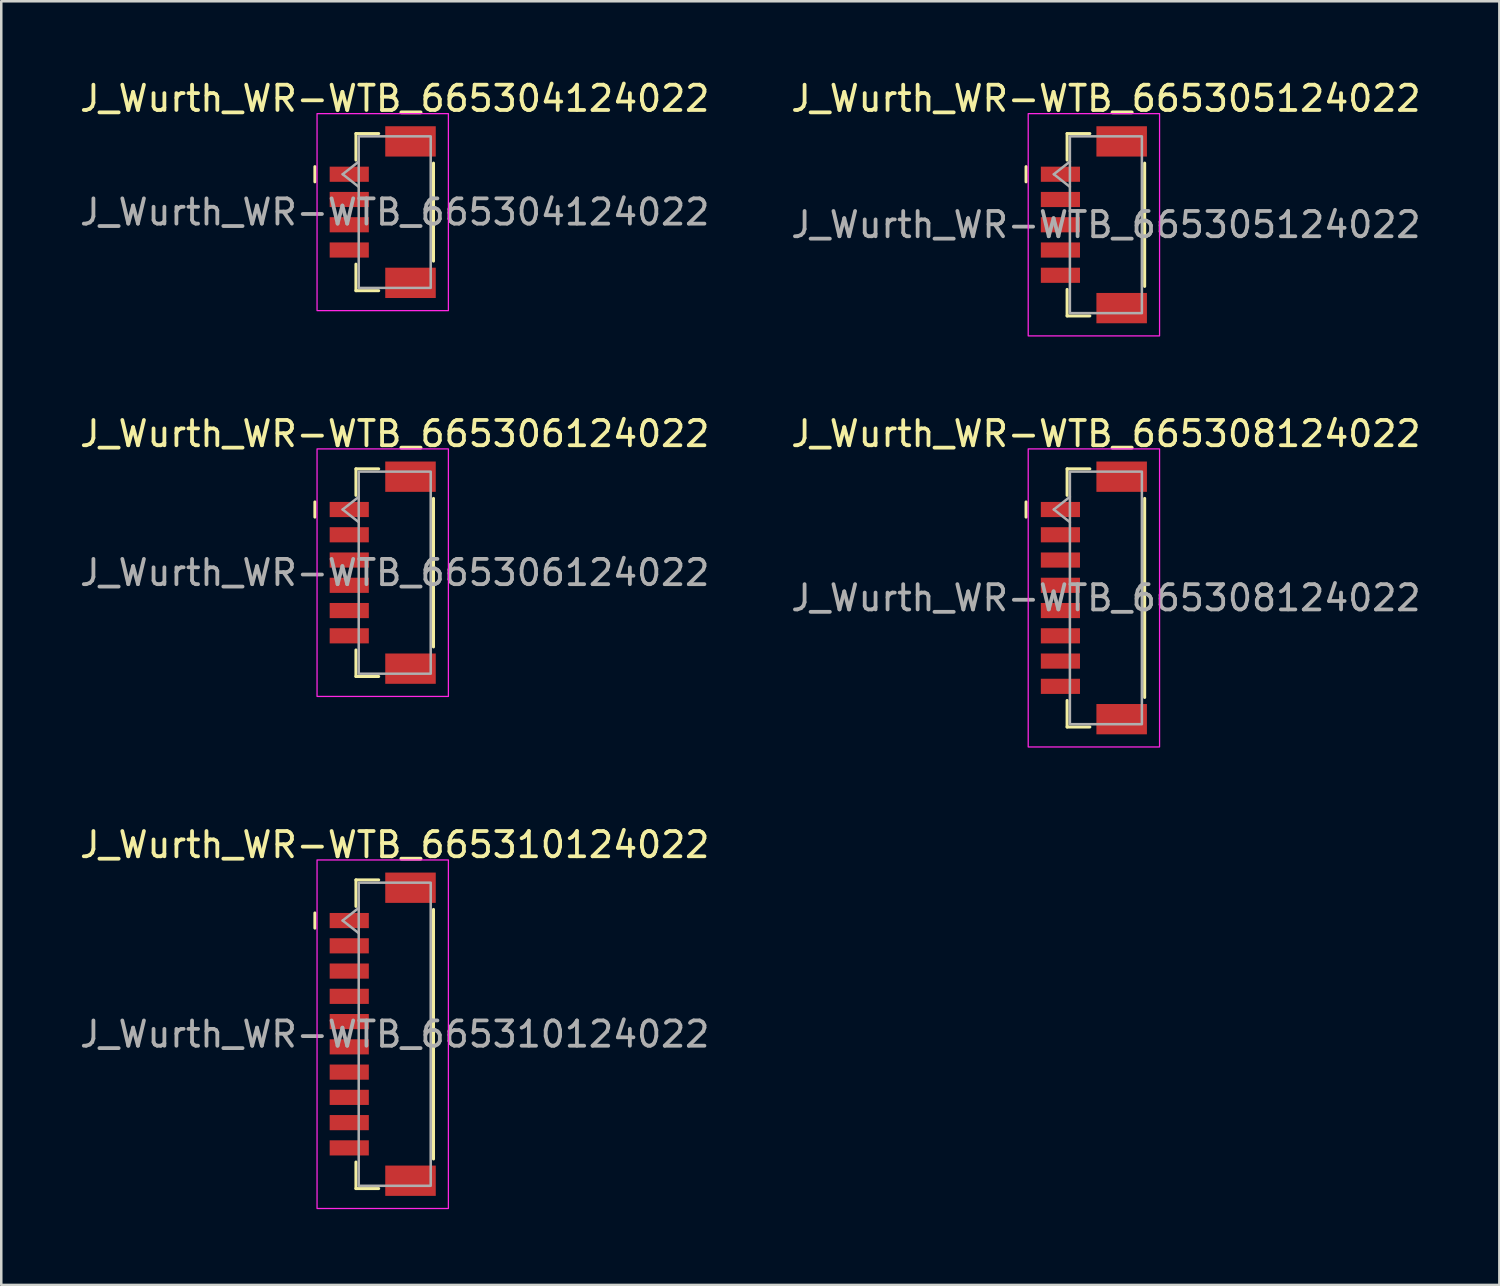
<source format=kicad_pcb>
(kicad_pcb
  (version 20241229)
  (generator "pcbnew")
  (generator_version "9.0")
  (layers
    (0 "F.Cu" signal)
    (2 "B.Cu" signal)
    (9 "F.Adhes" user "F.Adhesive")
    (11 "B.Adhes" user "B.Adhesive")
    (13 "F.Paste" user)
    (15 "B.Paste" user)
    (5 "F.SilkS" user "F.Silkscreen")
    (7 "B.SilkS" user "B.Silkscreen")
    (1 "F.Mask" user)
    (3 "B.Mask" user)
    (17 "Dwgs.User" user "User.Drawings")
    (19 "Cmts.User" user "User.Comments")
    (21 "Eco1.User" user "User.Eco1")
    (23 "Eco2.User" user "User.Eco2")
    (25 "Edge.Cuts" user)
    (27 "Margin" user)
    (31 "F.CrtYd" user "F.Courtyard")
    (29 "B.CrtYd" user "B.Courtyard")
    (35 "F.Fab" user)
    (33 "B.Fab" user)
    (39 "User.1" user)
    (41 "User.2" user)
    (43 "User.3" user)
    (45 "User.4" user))
  (footprint "J_Wurth_WR-WTB_665305124022"
    (layer "F.Cu")
    (at 40.732 5.848)
    (property "Reference" "J_Wurth_WR-WTB_665305124022" (at 0 -5 0) (unlocked yes) (layer "F.SilkS") (effects (font (size 1 1) (thickness 0.15))))
    (attr smd)
    (fp_line (start -3.16 -1.7) (end -3.16 -2.3) (stroke (width 0.12) (type solid)) (layer "F.SilkS"))
    (fp_line (start -1.535 -3.61) (end -0.635 -3.61) (stroke (width 0.12) (type solid)) (layer "F.SilkS"))
    (fp_line (start -1.535 -2.56) (end -1.535 -3.61) (stroke (width 0.12) (type solid)) (layer "F.SilkS"))
    (fp_line (start -1.535 3.61) (end -1.535 2.56) (stroke (width 0.12) (type solid)) (layer "F.SilkS"))
    (fp_line (start -0.635 3.61) (end -1.535 3.61) (stroke (width 0.12) (type solid)) (layer "F.SilkS"))
    (fp_line (start 1.535 -2.44) (end 1.535 2.44) (stroke (width 0.12) (type solid)) (layer "F.SilkS"))
    (fp_rect (start -3.075 -4.4) (end 2.125 4.4) (stroke (width 0.05) (type solid)) (fill no) (layer "F.CrtYd"))
    (fp_line (start -2.06 -2) (end -1.425 -1.5) (stroke (width 0.1) (type default)) (layer "F.Fab"))
    (fp_line (start -1.425 -2.5) (end -2.06 -2) (stroke (width 0.1) (type default)) (layer "F.Fab"))
    (fp_rect (start -1.425 -3.5) (end 1.425 3.5) (stroke (width 0.1) (type solid)) (fill no) (layer "F.Fab"))
    (fp_text user "${REFERENCE}" (at 0 0 0) (unlocked yes) (layer "F.Fab") (effects (font (size 1 1) (thickness 0.15))))
    (pad "1" smd rect (at -1.8 -2 90) (size 0.6 1.55) (layers "F.Cu" "F.Mask" "F.Paste"))
    (pad "2" smd rect (at -1.8 -1 90) (size 0.6 1.55) (layers "F.Cu" "F.Mask" "F.Paste"))
    (pad "3" smd rect (at -1.8 0 90) (size 0.6 1.55) (layers "F.Cu" "F.Mask" "F.Paste"))
    (pad "4" smd rect (at -1.8 1 90) (size 0.6 1.55) (layers "F.Cu" "F.Mask" "F.Paste"))
    (pad "5" smd rect (at -1.8 2 90) (size 0.6 1.55) (layers "F.Cu" "F.Mask" "F.Paste"))
    (pad "MP1" smd rect (at 0.625 -3.3 90) (size 1.2 2) (layers "F.Cu" "F.Mask" "F.Paste"))
    (pad "MP2" smd rect (at 0.625 3.3 90) (size 1.2 2) (layers "F.Cu" "F.Mask" "F.Paste")))
  (footprint "J_Wurth_WR-WTB_665308124022"
    (layer "F.Cu")
    (at 40.732 20.622)
    (property "Reference" "J_Wurth_WR-WTB_665308124022" (at 0 -6.5 0) (unlocked yes) (layer "F.SilkS") (effects (font (size 1 1) (thickness 0.15))))
    (attr smd)
    (fp_line (start -3.16 -3.2) (end -3.16 -3.8) (stroke (width 0.12) (type solid)) (layer "F.SilkS"))
    (fp_line (start -1.535 -5.11) (end -0.635 -5.11) (stroke (width 0.12) (type solid)) (layer "F.SilkS"))
    (fp_line (start -1.535 -4.06) (end -1.535 -5.11) (stroke (width 0.12) (type solid)) (layer "F.SilkS"))
    (fp_line (start -1.535 5.11) (end -1.535 4.06) (stroke (width 0.12) (type solid)) (layer "F.SilkS"))
    (fp_line (start -0.635 5.11) (end -1.535 5.11) (stroke (width 0.12) (type solid)) (layer "F.SilkS"))
    (fp_line (start 1.535 -3.94) (end 1.535 3.94) (stroke (width 0.12) (type solid)) (layer "F.SilkS"))
    (fp_rect (start -3.075 -5.9) (end 2.125 5.9) (stroke (width 0.05) (type solid)) (fill no) (layer "F.CrtYd"))
    (fp_line (start -2.06 -3.5) (end -1.425 -3) (stroke (width 0.1) (type default)) (layer "F.Fab"))
    (fp_line (start -1.425 -4) (end -2.06 -3.5) (stroke (width 0.1) (type default)) (layer "F.Fab"))
    (fp_rect (start -1.425 -5) (end 1.425 5) (stroke (width 0.1) (type solid)) (fill no) (layer "F.Fab"))
    (fp_text user "${REFERENCE}" (at 0 0 0) (unlocked yes) (layer "F.Fab") (effects (font (size 1 1) (thickness 0.15))))
    (pad "1" smd rect (at -1.8 -3.5 90) (size 0.6 1.55) (layers "F.Cu" "F.Mask" "F.Paste"))
    (pad "2" smd rect (at -1.8 -2.5 90) (size 0.6 1.55) (layers "F.Cu" "F.Mask" "F.Paste"))
    (pad "3" smd rect (at -1.8 -1.5 90) (size 0.6 1.55) (layers "F.Cu" "F.Mask" "F.Paste"))
    (pad "4" smd rect (at -1.8 -0.5 90) (size 0.6 1.55) (layers "F.Cu" "F.Mask" "F.Paste"))
    (pad "5" smd rect (at -1.8 0.5 90) (size 0.6 1.55) (layers "F.Cu" "F.Mask" "F.Paste"))
    (pad "6" smd rect (at -1.8 1.5 90) (size 0.6 1.55) (layers "F.Cu" "F.Mask" "F.Paste"))
    (pad "7" smd rect (at -1.8 2.5 90) (size 0.6 1.55) (layers "F.Cu" "F.Mask" "F.Paste"))
    (pad "8" smd rect (at -1.8 3.5 90) (size 0.6 1.55) (layers "F.Cu" "F.Mask" "F.Paste"))
    (pad "MP1" smd rect (at 0.625 -4.8 90) (size 1.2 2) (layers "F.Cu" "F.Mask" "F.Paste"))
    (pad "MP2" smd rect (at 0.625 4.8 90) (size 1.2 2) (layers "F.Cu" "F.Mask" "F.Paste")))
  (footprint "J_Wurth_WR-WTB_665310124022"
    (layer "F.Cu")
    (at 12.577 37.895)
    (property "Reference" "J_Wurth_WR-WTB_665310124022" (at 0 -7.5 0) (unlocked yes) (layer "F.SilkS") (effects (font (size 1 1) (thickness 0.15))))
    (attr smd)
    (fp_line (start -3.16 -4.2) (end -3.16 -4.8) (stroke (width 0.12) (type solid)) (layer "F.SilkS"))
    (fp_line (start -1.535 -6.11) (end -0.635 -6.11) (stroke (width 0.12) (type solid)) (layer "F.SilkS"))
    (fp_line (start -1.535 -5.06) (end -1.535 -6.11) (stroke (width 0.12) (type solid)) (layer "F.SilkS"))
    (fp_line (start -1.535 6.11) (end -1.535 5.06) (stroke (width 0.12) (type solid)) (layer "F.SilkS"))
    (fp_line (start -0.635 6.11) (end -1.535 6.11) (stroke (width 0.12) (type solid)) (layer "F.SilkS"))
    (fp_line (start 1.535 -4.94) (end 1.535 4.94) (stroke (width 0.12) (type solid)) (layer "F.SilkS"))
    (fp_rect (start -3.075 -6.9) (end 2.125 6.9) (stroke (width 0.05) (type solid)) (fill no) (layer "F.CrtYd"))
    (fp_line (start -2.06 -4.5) (end -1.425 -4) (stroke (width 0.1) (type default)) (layer "F.Fab"))
    (fp_line (start -1.425 -5) (end -2.06 -4.5) (stroke (width 0.1) (type default)) (layer "F.Fab"))
    (fp_rect (start -1.425 -6) (end 1.425 6) (stroke (width 0.1) (type solid)) (fill no) (layer "F.Fab"))
    (fp_text user "${REFERENCE}" (at 0 0 0) (unlocked yes) (layer "F.Fab") (effects (font (size 1 1) (thickness 0.15))))
    (pad "1" smd rect (at -1.8 -4.5 90) (size 0.6 1.55) (layers "F.Cu" "F.Mask" "F.Paste"))
    (pad "2" smd rect (at -1.8 -3.5 90) (size 0.6 1.55) (layers "F.Cu" "F.Mask" "F.Paste"))
    (pad "3" smd rect (at -1.8 -2.5 90) (size 0.6 1.55) (layers "F.Cu" "F.Mask" "F.Paste"))
    (pad "4" smd rect (at -1.8 -1.5 90) (size 0.6 1.55) (layers "F.Cu" "F.Mask" "F.Paste"))
    (pad "5" smd rect (at -1.8 -0.5 90) (size 0.6 1.55) (layers "F.Cu" "F.Mask" "F.Paste"))
    (pad "6" smd rect (at -1.8 0.5 90) (size 0.6 1.55) (layers "F.Cu" "F.Mask" "F.Paste"))
    (pad "7" smd rect (at -1.8 1.5 90) (size 0.6 1.55) (layers "F.Cu" "F.Mask" "F.Paste"))
    (pad "8" smd rect (at -1.8 2.5 90) (size 0.6 1.55) (layers "F.Cu" "F.Mask" "F.Paste"))
    (pad "9" smd rect (at -1.8 3.5 90) (size 0.6 1.55) (layers "F.Cu" "F.Mask" "F.Paste"))
    (pad "10" smd rect (at -1.8 4.5 90) (size 0.6 1.55) (layers "F.Cu" "F.Mask" "F.Paste"))
    (pad "MP1" smd rect (at 0.625 -5.8 90) (size 1.2 2) (layers "F.Cu" "F.Mask" "F.Paste"))
    (pad "MP2" smd rect (at 0.625 5.8 90) (size 1.2 2) (layers "F.Cu" "F.Mask" "F.Paste")))
  (footprint "J_Wurth_WR-WTB_665306124022"
    (layer "F.Cu")
    (at 12.577 19.622)
    (property "Reference" "J_Wurth_WR-WTB_665306124022" (at 0 -5.5 0) (unlocked yes) (layer "F.SilkS") (effects (font (size 1 1) (thickness 0.15))))
    (attr smd)
    (fp_line (start -3.16 -2.2) (end -3.16 -2.8) (stroke (width 0.12) (type solid)) (layer "F.SilkS"))
    (fp_line (start -1.535 -4.11) (end -0.635 -4.11) (stroke (width 0.12) (type solid)) (layer "F.SilkS"))
    (fp_line (start -1.535 -3.06) (end -1.535 -4.11) (stroke (width 0.12) (type solid)) (layer "F.SilkS"))
    (fp_line (start -1.535 4.11) (end -1.535 3.06) (stroke (width 0.12) (type solid)) (layer "F.SilkS"))
    (fp_line (start -0.635 4.11) (end -1.535 4.11) (stroke (width 0.12) (type solid)) (layer "F.SilkS"))
    (fp_line (start 1.535 -2.94) (end 1.535 2.94) (stroke (width 0.12) (type solid)) (layer "F.SilkS"))
    (fp_rect (start -3.075 -4.9) (end 2.125 4.9) (stroke (width 0.05) (type solid)) (fill no) (layer "F.CrtYd"))
    (fp_line (start -2.06 -2.5) (end -1.425 -2) (stroke (width 0.1) (type default)) (layer "F.Fab"))
    (fp_line (start -1.425 -3) (end -2.06 -2.5) (stroke (width 0.1) (type default)) (layer "F.Fab"))
    (fp_rect (start -1.425 -4) (end 1.425 4) (stroke (width 0.1) (type solid)) (fill no) (layer "F.Fab"))
    (fp_text user "${REFERENCE}" (at 0 0 0) (unlocked yes) (layer "F.Fab") (effects (font (size 1 1) (thickness 0.15))))
    (pad "1" smd rect (at -1.8 -2.5 90) (size 0.6 1.55) (layers "F.Cu" "F.Mask" "F.Paste"))
    (pad "2" smd rect (at -1.8 -1.5 90) (size 0.6 1.55) (layers "F.Cu" "F.Mask" "F.Paste"))
    (pad "3" smd rect (at -1.8 -0.5 90) (size 0.6 1.55) (layers "F.Cu" "F.Mask" "F.Paste"))
    (pad "4" smd rect (at -1.8 0.5 90) (size 0.6 1.55) (layers "F.Cu" "F.Mask" "F.Paste"))
    (pad "5" smd rect (at -1.8 1.5 90) (size 0.6 1.55) (layers "F.Cu" "F.Mask" "F.Paste"))
    (pad "6" smd rect (at -1.8 2.5 90) (size 0.6 1.55) (layers "F.Cu" "F.Mask" "F.Paste"))
    (pad "MP1" smd rect (at 0.625 -3.8 90) (size 1.2 2) (layers "F.Cu" "F.Mask" "F.Paste"))
    (pad "MP2" smd rect (at 0.625 3.8 90) (size 1.2 2) (layers "F.Cu" "F.Mask" "F.Paste")))
  (footprint "J_Wurth_WR-WTB_665304124022"
    (layer "F.Cu")
    (at 12.577 5.348)
    (property "Reference" "J_Wurth_WR-WTB_665304124022" (at 0 -4.5 0) (unlocked yes) (layer "F.SilkS") (effects (font (size 1 1) (thickness 0.15))))
    (attr smd)
    (fp_line (start -3.16 -1.2) (end -3.16 -1.8) (stroke (width 0.12) (type solid)) (layer "F.SilkS"))
    (fp_line (start -1.535 -3.11) (end -0.635 -3.11) (stroke (width 0.12) (type solid)) (layer "F.SilkS"))
    (fp_line (start -1.535 -2.06) (end -1.535 -3.11) (stroke (width 0.12) (type solid)) (layer "F.SilkS"))
    (fp_line (start -1.535 3.11) (end -1.535 2.06) (stroke (width 0.12) (type solid)) (layer "F.SilkS"))
    (fp_line (start -0.635 3.11) (end -1.535 3.11) (stroke (width 0.12) (type solid)) (layer "F.SilkS"))
    (fp_line (start 1.535 -1.94) (end 1.535 1.94) (stroke (width 0.12) (type solid)) (layer "F.SilkS"))
    (fp_rect (start -3.075 -3.9) (end 2.125 3.9) (stroke (width 0.05) (type solid)) (fill no) (layer "F.CrtYd"))
    (fp_line (start -2.06 -1.5) (end -1.425 -1) (stroke (width 0.1) (type default)) (layer "F.Fab"))
    (fp_line (start -1.425 -2) (end -2.06 -1.5) (stroke (width 0.1) (type default)) (layer "F.Fab"))
    (fp_rect (start -1.425 -3) (end 1.425 3) (stroke (width 0.1) (type solid)) (fill no) (layer "F.Fab"))
    (fp_text user "${REFERENCE}" (at 0 0 0) (unlocked yes) (layer "F.Fab") (effects (font (size 1 1) (thickness 0.15))))
    (pad "1" smd rect (at -1.8 -1.5 90) (size 0.6 1.55) (layers "F.Cu" "F.Mask" "F.Paste"))
    (pad "2" smd rect (at -1.8 -0.5 90) (size 0.6 1.55) (layers "F.Cu" "F.Mask" "F.Paste"))
    (pad "3" smd rect (at -1.8 0.5 90) (size 0.6 1.55) (layers "F.Cu" "F.Mask" "F.Paste"))
    (pad "4" smd rect (at -1.8 1.5 90) (size 0.6 1.55) (layers "F.Cu" "F.Mask" "F.Paste"))
    (pad "MP1" smd rect (at 0.625 -2.8 90) (size 1.2 2) (layers "F.Cu" "F.Mask" "F.Paste"))
    (pad "MP2" smd rect (at 0.625 2.8 90) (size 1.2 2) (layers "F.Cu" "F.Mask" "F.Paste")))
  (gr_rect
    (start -3 -3)
    (end 56.31 47.82)
    (stroke (width 0.1) (type default))
    (fill no)
    (layer "Edge.Cuts")))
</source>
